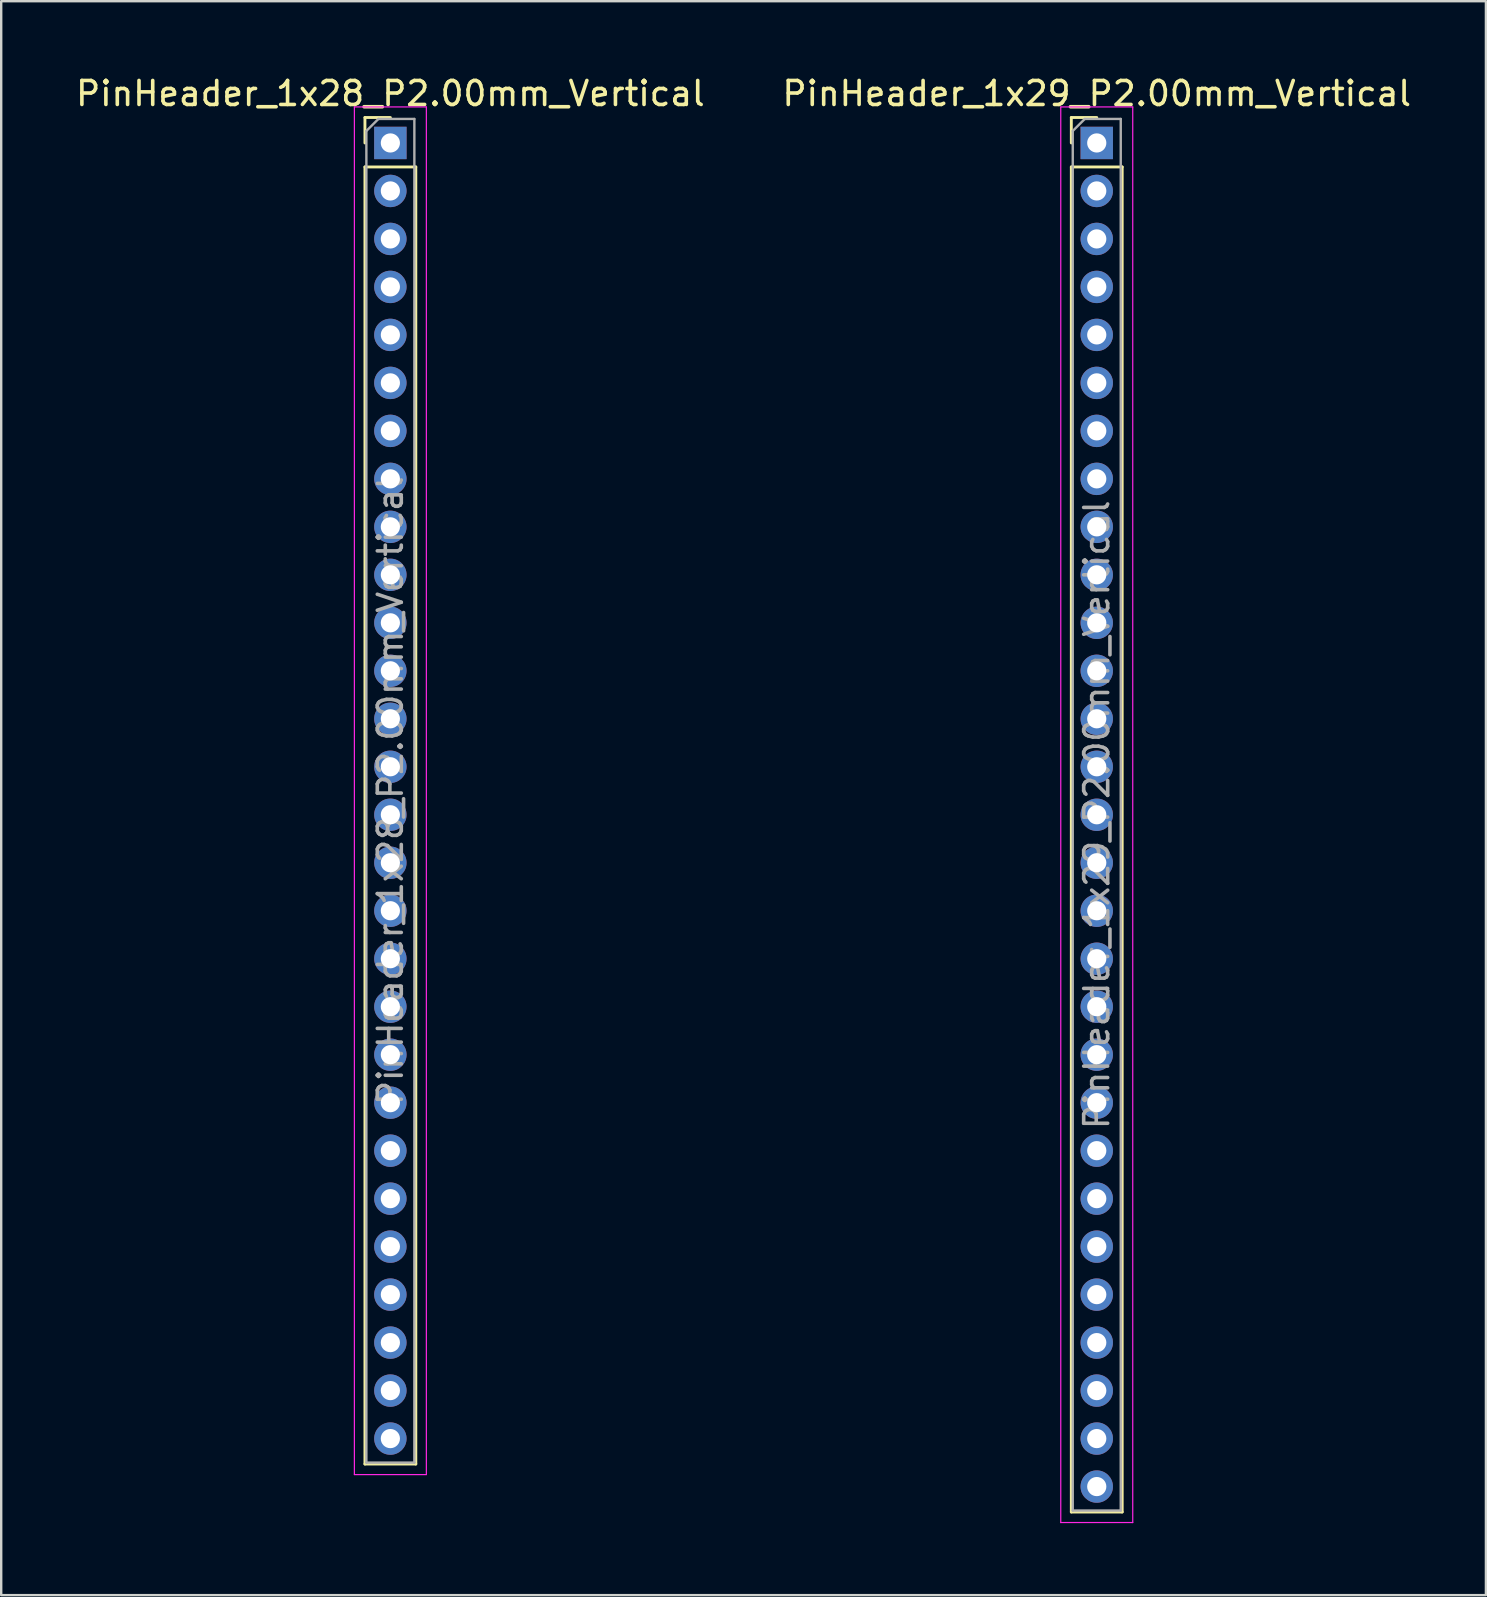
<source format=kicad_pcb>
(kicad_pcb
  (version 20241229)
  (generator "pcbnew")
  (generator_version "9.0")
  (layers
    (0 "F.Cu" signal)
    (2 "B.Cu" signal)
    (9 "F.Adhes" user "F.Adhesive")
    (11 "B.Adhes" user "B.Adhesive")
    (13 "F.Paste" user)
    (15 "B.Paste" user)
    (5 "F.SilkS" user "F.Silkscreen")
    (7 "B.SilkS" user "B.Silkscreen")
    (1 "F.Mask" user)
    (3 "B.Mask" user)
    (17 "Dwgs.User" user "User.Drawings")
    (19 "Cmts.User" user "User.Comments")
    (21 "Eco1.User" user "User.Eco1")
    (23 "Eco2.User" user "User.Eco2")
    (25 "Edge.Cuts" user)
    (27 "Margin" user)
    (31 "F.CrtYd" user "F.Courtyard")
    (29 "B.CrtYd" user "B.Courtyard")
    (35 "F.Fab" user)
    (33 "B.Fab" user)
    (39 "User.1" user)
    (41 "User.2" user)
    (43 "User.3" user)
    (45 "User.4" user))
  (footprint "PinHeader_1x28_P2.00mm_Vertical"
    (layer "F.Cu")
    (at 13.22 2.908)
    (property "Reference" "PinHeader_1x28_P2.00mm_Vertical" (at 0 -2.06 0) (layer "F.SilkS") (effects (font (size 1 1) (thickness 0.15))))
    (attr through_hole)
    (fp_line (start -1.06 -1.06) (end 0 -1.06) (stroke (width 0.12) (type solid)) (layer "F.SilkS"))
    (fp_line (start -1.06 0) (end -1.06 -1.06) (stroke (width 0.12) (type solid)) (layer "F.SilkS"))
    (fp_line (start -1.06 1) (end -1.06 55.06) (stroke (width 0.12) (type solid)) (layer "F.SilkS"))
    (fp_line (start -1.06 1) (end 1.06 1) (stroke (width 0.12) (type solid)) (layer "F.SilkS"))
    (fp_line (start -1.06 55.06) (end 1.06 55.06) (stroke (width 0.12) (type solid)) (layer "F.SilkS"))
    (fp_line (start 1.06 1) (end 1.06 55.06) (stroke (width 0.12) (type solid)) (layer "F.SilkS"))
    (fp_line (start -1.5 -1.5) (end -1.5 55.5) (stroke (width 0.05) (type solid)) (layer "F.CrtYd"))
    (fp_line (start -1.5 55.5) (end 1.5 55.5) (stroke (width 0.05) (type solid)) (layer "F.CrtYd"))
    (fp_line (start 1.5 -1.5) (end -1.5 -1.5) (stroke (width 0.05) (type solid)) (layer "F.CrtYd"))
    (fp_line (start 1.5 55.5) (end 1.5 -1.5) (stroke (width 0.05) (type solid)) (layer "F.CrtYd"))
    (fp_line (start -1 -0.5) (end -0.5 -1) (stroke (width 0.1) (type solid)) (layer "F.Fab"))
    (fp_line (start -1 55) (end -1 -0.5) (stroke (width 0.1) (type solid)) (layer "F.Fab"))
    (fp_line (start -0.5 -1) (end 1 -1) (stroke (width 0.1) (type solid)) (layer "F.Fab"))
    (fp_line (start 1 -1) (end 1 55) (stroke (width 0.1) (type solid)) (layer "F.Fab"))
    (fp_line (start 1 55) (end -1 55) (stroke (width 0.1) (type solid)) (layer "F.Fab"))
    (fp_text user "${REFERENCE}" (at 0 27 90) (layer "F.Fab") (effects (font (size 1 1) (thickness 0.15))))
    (pad "1" thru_hole rect (at 0 0) (size 1.35 1.35) (drill 0.8) (layers "*.Cu" "*.Mask"))
    (pad "2" thru_hole oval (at 0 2) (size 1.35 1.35) (drill 0.8) (layers "*.Cu" "*.Mask"))
    (pad "3" thru_hole oval (at 0 4) (size 1.35 1.35) (drill 0.8) (layers "*.Cu" "*.Mask"))
    (pad "4" thru_hole oval (at 0 6) (size 1.35 1.35) (drill 0.8) (layers "*.Cu" "*.Mask"))
    (pad "5" thru_hole oval (at 0 8) (size 1.35 1.35) (drill 0.8) (layers "*.Cu" "*.Mask"))
    (pad "6" thru_hole oval (at 0 10) (size 1.35 1.35) (drill 0.8) (layers "*.Cu" "*.Mask"))
    (pad "7" thru_hole oval (at 0 12) (size 1.35 1.35) (drill 0.8) (layers "*.Cu" "*.Mask"))
    (pad "8" thru_hole oval (at 0 14) (size 1.35 1.35) (drill 0.8) (layers "*.Cu" "*.Mask"))
    (pad "9" thru_hole oval (at 0 16) (size 1.35 1.35) (drill 0.8) (layers "*.Cu" "*.Mask"))
    (pad "10" thru_hole oval (at 0 18) (size 1.35 1.35) (drill 0.8) (layers "*.Cu" "*.Mask"))
    (pad "11" thru_hole oval (at 0 20) (size 1.35 1.35) (drill 0.8) (layers "*.Cu" "*.Mask"))
    (pad "12" thru_hole oval (at 0 22) (size 1.35 1.35) (drill 0.8) (layers "*.Cu" "*.Mask"))
    (pad "13" thru_hole oval (at 0 24) (size 1.35 1.35) (drill 0.8) (layers "*.Cu" "*.Mask"))
    (pad "14" thru_hole oval (at 0 26) (size 1.35 1.35) (drill 0.8) (layers "*.Cu" "*.Mask"))
    (pad "15" thru_hole oval (at 0 28) (size 1.35 1.35) (drill 0.8) (layers "*.Cu" "*.Mask"))
    (pad "16" thru_hole oval (at 0 30) (size 1.35 1.35) (drill 0.8) (layers "*.Cu" "*.Mask"))
    (pad "17" thru_hole oval (at 0 32) (size 1.35 1.35) (drill 0.8) (layers "*.Cu" "*.Mask"))
    (pad "18" thru_hole oval (at 0 34) (size 1.35 1.35) (drill 0.8) (layers "*.Cu" "*.Mask"))
    (pad "19" thru_hole oval (at 0 36) (size 1.35 1.35) (drill 0.8) (layers "*.Cu" "*.Mask"))
    (pad "20" thru_hole oval (at 0 38) (size 1.35 1.35) (drill 0.8) (layers "*.Cu" "*.Mask"))
    (pad "21" thru_hole oval (at 0 40) (size 1.35 1.35) (drill 0.8) (layers "*.Cu" "*.Mask"))
    (pad "22" thru_hole oval (at 0 42) (size 1.35 1.35) (drill 0.8) (layers "*.Cu" "*.Mask"))
    (pad "23" thru_hole oval (at 0 44) (size 1.35 1.35) (drill 0.8) (layers "*.Cu" "*.Mask"))
    (pad "24" thru_hole oval (at 0 46) (size 1.35 1.35) (drill 0.8) (layers "*.Cu" "*.Mask"))
    (pad "25" thru_hole oval (at 0 48) (size 1.35 1.35) (drill 0.8) (layers "*.Cu" "*.Mask"))
    (pad "26" thru_hole oval (at 0 50) (size 1.35 1.35) (drill 0.8) (layers "*.Cu" "*.Mask"))
    (pad "27" thru_hole oval (at 0 52) (size 1.35 1.35) (drill 0.8) (layers "*.Cu" "*.Mask"))
    (pad "28" thru_hole oval (at 0 54) (size 1.35 1.35) (drill 0.8) (layers "*.Cu" "*.Mask")))
  (footprint "PinHeader_1x29_P2.00mm_Vertical"
    (layer "F.Cu")
    (at 42.661 2.908)
    (property "Reference" "PinHeader_1x29_P2.00mm_Vertical" (at 0 -2.06 0) (layer "F.SilkS") (effects (font (size 1 1) (thickness 0.15))))
    (attr through_hole)
    (fp_line (start -1.06 -1.06) (end 0 -1.06) (stroke (width 0.12) (type solid)) (layer "F.SilkS"))
    (fp_line (start -1.06 0) (end -1.06 -1.06) (stroke (width 0.12) (type solid)) (layer "F.SilkS"))
    (fp_line (start -1.06 1) (end -1.06 57.06) (stroke (width 0.12) (type solid)) (layer "F.SilkS"))
    (fp_line (start -1.06 1) (end 1.06 1) (stroke (width 0.12) (type solid)) (layer "F.SilkS"))
    (fp_line (start -1.06 57.06) (end 1.06 57.06) (stroke (width 0.12) (type solid)) (layer "F.SilkS"))
    (fp_line (start 1.06 1) (end 1.06 57.06) (stroke (width 0.12) (type solid)) (layer "F.SilkS"))
    (fp_line (start -1.5 -1.5) (end -1.5 57.5) (stroke (width 0.05) (type solid)) (layer "F.CrtYd"))
    (fp_line (start -1.5 57.5) (end 1.5 57.5) (stroke (width 0.05) (type solid)) (layer "F.CrtYd"))
    (fp_line (start 1.5 -1.5) (end -1.5 -1.5) (stroke (width 0.05) (type solid)) (layer "F.CrtYd"))
    (fp_line (start 1.5 57.5) (end 1.5 -1.5) (stroke (width 0.05) (type solid)) (layer "F.CrtYd"))
    (fp_line (start -1 -0.5) (end -0.5 -1) (stroke (width 0.1) (type solid)) (layer "F.Fab"))
    (fp_line (start -1 57) (end -1 -0.5) (stroke (width 0.1) (type solid)) (layer "F.Fab"))
    (fp_line (start -0.5 -1) (end 1 -1) (stroke (width 0.1) (type solid)) (layer "F.Fab"))
    (fp_line (start 1 -1) (end 1 57) (stroke (width 0.1) (type solid)) (layer "F.Fab"))
    (fp_line (start 1 57) (end -1 57) (stroke (width 0.1) (type solid)) (layer "F.Fab"))
    (fp_text user "${REFERENCE}" (at 0 28 90) (layer "F.Fab") (effects (font (size 1 1) (thickness 0.15))))
    (pad "1" thru_hole rect (at 0 0) (size 1.35 1.35) (drill 0.8) (layers "*.Cu" "*.Mask"))
    (pad "2" thru_hole oval (at 0 2) (size 1.35 1.35) (drill 0.8) (layers "*.Cu" "*.Mask"))
    (pad "3" thru_hole oval (at 0 4) (size 1.35 1.35) (drill 0.8) (layers "*.Cu" "*.Mask"))
    (pad "4" thru_hole oval (at 0 6) (size 1.35 1.35) (drill 0.8) (layers "*.Cu" "*.Mask"))
    (pad "5" thru_hole oval (at 0 8) (size 1.35 1.35) (drill 0.8) (layers "*.Cu" "*.Mask"))
    (pad "6" thru_hole oval (at 0 10) (size 1.35 1.35) (drill 0.8) (layers "*.Cu" "*.Mask"))
    (pad "7" thru_hole oval (at 0 12) (size 1.35 1.35) (drill 0.8) (layers "*.Cu" "*.Mask"))
    (pad "8" thru_hole oval (at 0 14) (size 1.35 1.35) (drill 0.8) (layers "*.Cu" "*.Mask"))
    (pad "9" thru_hole oval (at 0 16) (size 1.35 1.35) (drill 0.8) (layers "*.Cu" "*.Mask"))
    (pad "10" thru_hole oval (at 0 18) (size 1.35 1.35) (drill 0.8) (layers "*.Cu" "*.Mask"))
    (pad "11" thru_hole oval (at 0 20) (size 1.35 1.35) (drill 0.8) (layers "*.Cu" "*.Mask"))
    (pad "12" thru_hole oval (at 0 22) (size 1.35 1.35) (drill 0.8) (layers "*.Cu" "*.Mask"))
    (pad "13" thru_hole oval (at 0 24) (size 1.35 1.35) (drill 0.8) (layers "*.Cu" "*.Mask"))
    (pad "14" thru_hole oval (at 0 26) (size 1.35 1.35) (drill 0.8) (layers "*.Cu" "*.Mask"))
    (pad "15" thru_hole oval (at 0 28) (size 1.35 1.35) (drill 0.8) (layers "*.Cu" "*.Mask"))
    (pad "16" thru_hole oval (at 0 30) (size 1.35 1.35) (drill 0.8) (layers "*.Cu" "*.Mask"))
    (pad "17" thru_hole oval (at 0 32) (size 1.35 1.35) (drill 0.8) (layers "*.Cu" "*.Mask"))
    (pad "18" thru_hole oval (at 0 34) (size 1.35 1.35) (drill 0.8) (layers "*.Cu" "*.Mask"))
    (pad "19" thru_hole oval (at 0 36) (size 1.35 1.35) (drill 0.8) (layers "*.Cu" "*.Mask"))
    (pad "20" thru_hole oval (at 0 38) (size 1.35 1.35) (drill 0.8) (layers "*.Cu" "*.Mask"))
    (pad "21" thru_hole oval (at 0 40) (size 1.35 1.35) (drill 0.8) (layers "*.Cu" "*.Mask"))
    (pad "22" thru_hole oval (at 0 42) (size 1.35 1.35) (drill 0.8) (layers "*.Cu" "*.Mask"))
    (pad "23" thru_hole oval (at 0 44) (size 1.35 1.35) (drill 0.8) (layers "*.Cu" "*.Mask"))
    (pad "24" thru_hole oval (at 0 46) (size 1.35 1.35) (drill 0.8) (layers "*.Cu" "*.Mask"))
    (pad "25" thru_hole oval (at 0 48) (size 1.35 1.35) (drill 0.8) (layers "*.Cu" "*.Mask"))
    (pad "26" thru_hole oval (at 0 50) (size 1.35 1.35) (drill 0.8) (layers "*.Cu" "*.Mask"))
    (pad "27" thru_hole oval (at 0 52) (size 1.35 1.35) (drill 0.8) (layers "*.Cu" "*.Mask"))
    (pad "28" thru_hole oval (at 0 54) (size 1.35 1.35) (drill 0.8) (layers "*.Cu" "*.Mask"))
    (pad "29" thru_hole oval (at 0 56) (size 1.35 1.35) (drill 0.8) (layers "*.Cu" "*.Mask")))
  (gr_rect
    (start -3 -3)
    (end 58.881 63.433)
    (stroke (width 0.1) (type default))
    (fill no)
    (layer "Edge.Cuts")))
</source>
